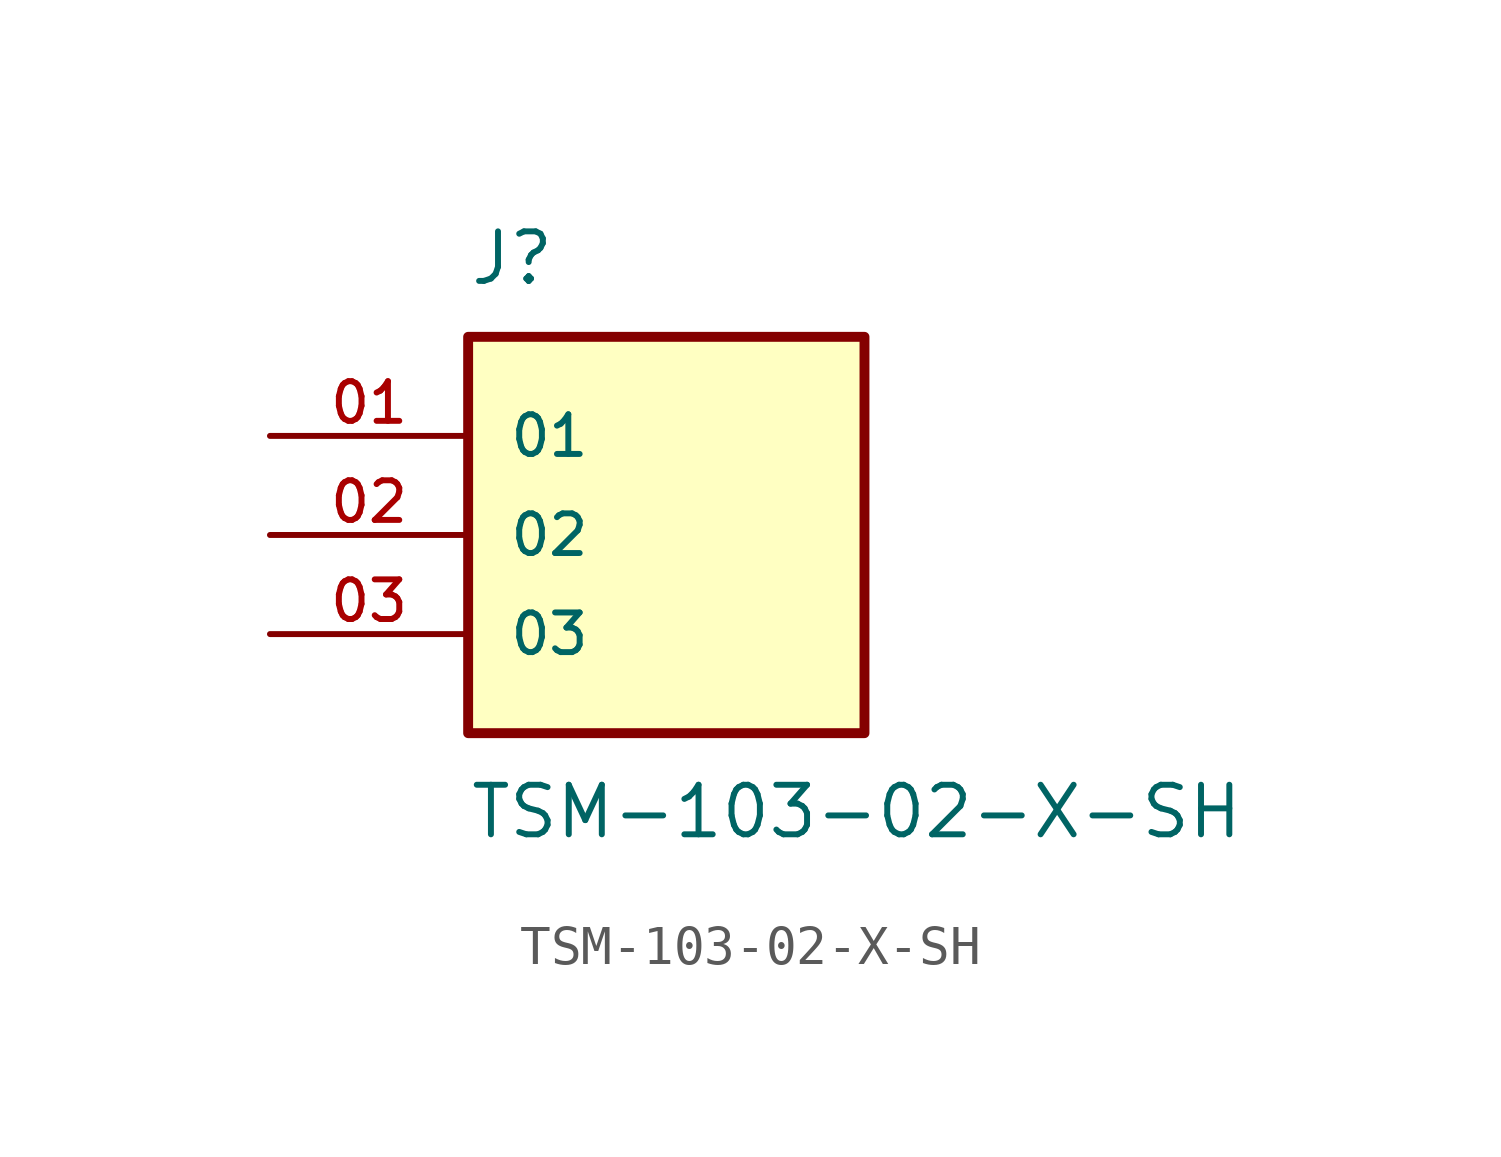
<source format=kicad_sym>
(kicad_symbol_lib
  (version 20211014)
  (generator kicad_symbol_editor)
  (symbol "TSM-103-02-X-SH"
    (pin_names
      (offset 1.016))
    (property "Reference" "J"
      (at -5.08 6.35 0)
      (effects (font (size 1.27 1.27)) (justify bottom left)))
    (property "Value" "TSM-103-02-X-SH"
      (at -5.08 -6.35 0)
      (effects (font (size 1.27 1.27)) (justify top left)))
    (symbol "TSM-103-02-X-SH_0_0"
      (rectangle (start -5.08 -5.08) (end 5.08 5.08) (stroke (width 0.254)) (fill (type background)))
      (pin passive line (at -10.16 2.54 0) (length 5.08) (name "01" (effects (font (size 1.016 1.016)))) (number "01" (effects (font (size 1.016 1.016)))))
      (pin passive line (at -10.16 0.0 0) (length 5.08) (name "02" (effects (font (size 1.016 1.016)))) (number "02" (effects (font (size 1.016 1.016)))))
      (pin passive line (at -10.16 -2.54 0) (length 5.08) (name "03" (effects (font (size 1.016 1.016)))) (number "03" (effects (font (size 1.016 1.016))))))))
</source>
